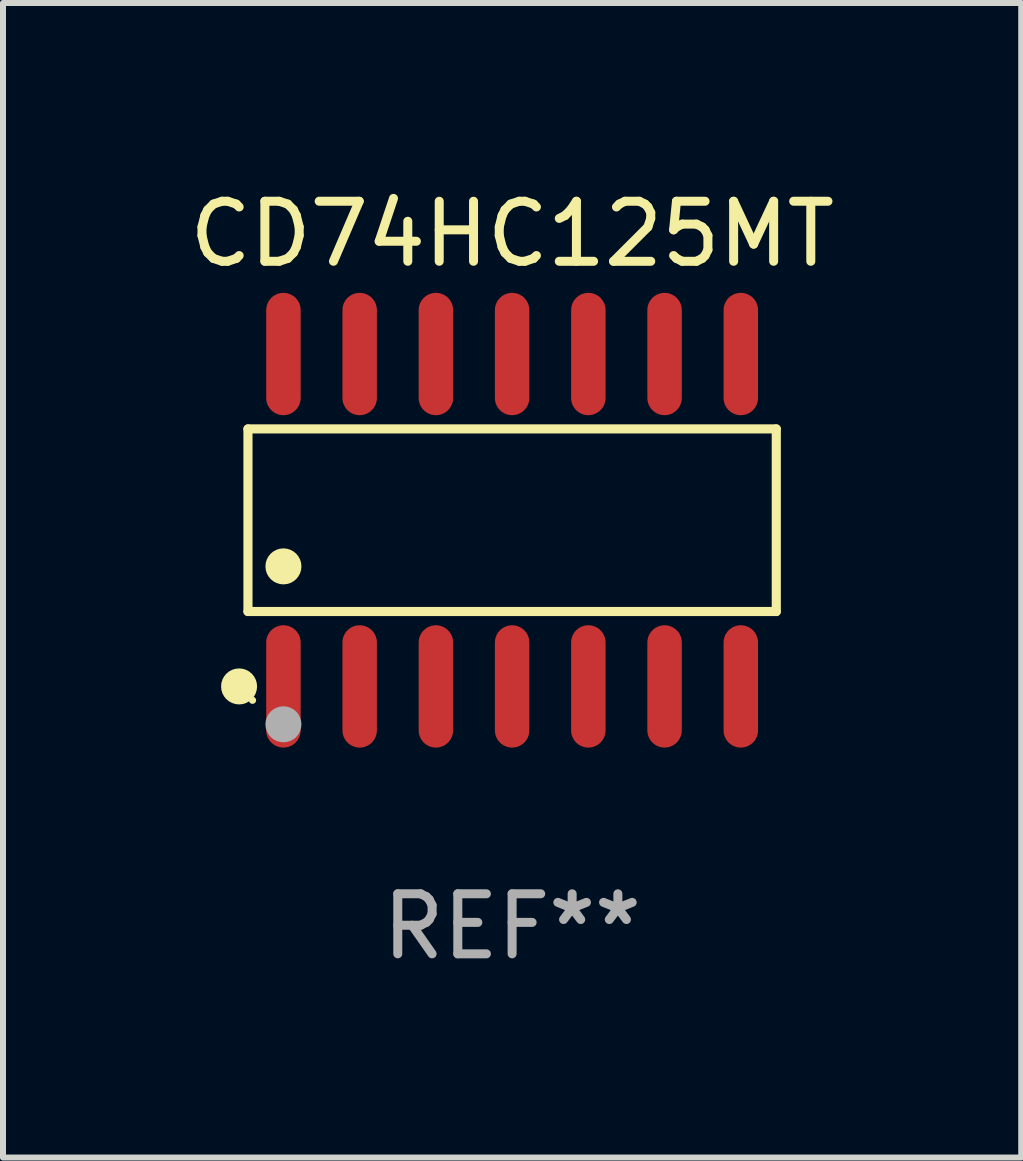
<source format=kicad_pcb>
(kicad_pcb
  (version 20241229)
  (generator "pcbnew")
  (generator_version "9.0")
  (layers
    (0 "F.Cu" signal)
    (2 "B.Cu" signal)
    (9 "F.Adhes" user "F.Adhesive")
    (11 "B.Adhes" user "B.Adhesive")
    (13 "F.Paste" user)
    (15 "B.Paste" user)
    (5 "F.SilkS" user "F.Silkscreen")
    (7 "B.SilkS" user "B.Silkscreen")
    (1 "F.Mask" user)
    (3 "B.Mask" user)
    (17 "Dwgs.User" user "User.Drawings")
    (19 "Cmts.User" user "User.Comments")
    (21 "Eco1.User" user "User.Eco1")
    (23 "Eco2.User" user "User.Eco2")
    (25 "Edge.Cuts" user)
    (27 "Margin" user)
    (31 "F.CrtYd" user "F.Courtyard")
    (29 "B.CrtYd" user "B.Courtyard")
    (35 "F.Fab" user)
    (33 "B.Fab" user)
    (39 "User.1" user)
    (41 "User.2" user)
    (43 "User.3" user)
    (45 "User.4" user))
  (footprint "CD74HC125MT"
    (layer "F.Cu")
    (at 5.482 5.617)
    (property "Reference" "CD74HC125MT" (at 0 -4.769 0) (layer "F.SilkS") (effects (font (size 1 1) (thickness 0.15))))
    (attr through_hole)
    (fp_line (start -4.401 -1.521) (end 4.401 -1.521) (stroke (width 0.152) (type solid)) (layer "F.SilkS"))
    (fp_line (start -4.401 1.521) (end -4.401 -1.521) (stroke (width 0.152) (type solid)) (layer "F.SilkS"))
    (fp_line (start 4.401 -1.521) (end 4.401 1.521) (stroke (width 0.152) (type solid)) (layer "F.SilkS"))
    (fp_line (start 4.401 1.521) (end -4.401 1.521) (stroke (width 0.152) (type solid)) (layer "F.SilkS"))
    (fp_circle (center -4.549 2.769) (end -4.399 2.769) (stroke (width 0.3) (type solid)) (fill no) (layer "F.SilkS"))
    (fp_circle (center -4.325 3) (end -4.295 3) (stroke (width 0.06) (type solid)) (fill no) (layer "F.SilkS"))
    (fp_circle (center -3.81 0.769) (end -3.66 0.769) (stroke (width 0.3) (type solid)) (fill no) (layer "F.SilkS"))
    (fp_circle (center -3.81 3.4) (end -3.66 3.4) (stroke (width 0.3) (type solid)) (fill no) (layer "F.Fab"))
    (fp_text user "REF**" (at 0 6.769 0) (layer "F.Fab") (effects (font (size 1 1) (thickness 0.15))))
    (pad "1" smd oval (at -3.81 2.769) (size 0.574 2.038) (layers "F.Cu" "F.Mask" "F.Paste"))
    (pad "2" smd oval (at -2.54 2.769) (size 0.574 2.038) (layers "F.Cu" "F.Mask" "F.Paste"))
    (pad "3" smd oval (at -1.27 2.769) (size 0.574 2.038) (layers "F.Cu" "F.Mask" "F.Paste"))
    (pad "4" smd oval (at 0 2.769) (size 0.574 2.038) (layers "F.Cu" "F.Mask" "F.Paste"))
    (pad "5" smd oval (at 1.27 2.769) (size 0.574 2.038) (layers "F.Cu" "F.Mask" "F.Paste"))
    (pad "6" smd oval (at 2.54 2.769) (size 0.574 2.038) (layers "F.Cu" "F.Mask" "F.Paste"))
    (pad "7" smd oval (at 3.81 2.769) (size 0.574 2.038) (layers "F.Cu" "F.Mask" "F.Paste"))
    (pad "8" smd oval (at 3.81 -2.769) (size 0.574 2.038) (layers "F.Cu" "F.Mask" "F.Paste"))
    (pad "9" smd oval (at 2.54 -2.769) (size 0.574 2.038) (layers "F.Cu" "F.Mask" "F.Paste"))
    (pad "10" smd oval (at 1.27 -2.769) (size 0.574 2.038) (layers "F.Cu" "F.Mask" "F.Paste"))
    (pad "11" smd oval (at 0 -2.769) (size 0.574 2.038) (layers "F.Cu" "F.Mask" "F.Paste"))
    (pad "12" smd oval (at -1.27 -2.769) (size 0.574 2.038) (layers "F.Cu" "F.Mask" "F.Paste"))
    (pad "13" smd oval (at -2.54 -2.769) (size 0.574 2.038) (layers "F.Cu" "F.Mask" "F.Paste"))
    (pad "14" smd oval (at -3.81 -2.769) (size 0.574 2.038) (layers "F.Cu" "F.Mask" "F.Paste")))
  (gr_rect
    (start -3 -3)
    (end 13.964 16.235)
    (stroke (width 0.1) (type default))
    (fill no)
    (layer "Edge.Cuts")))
</source>
